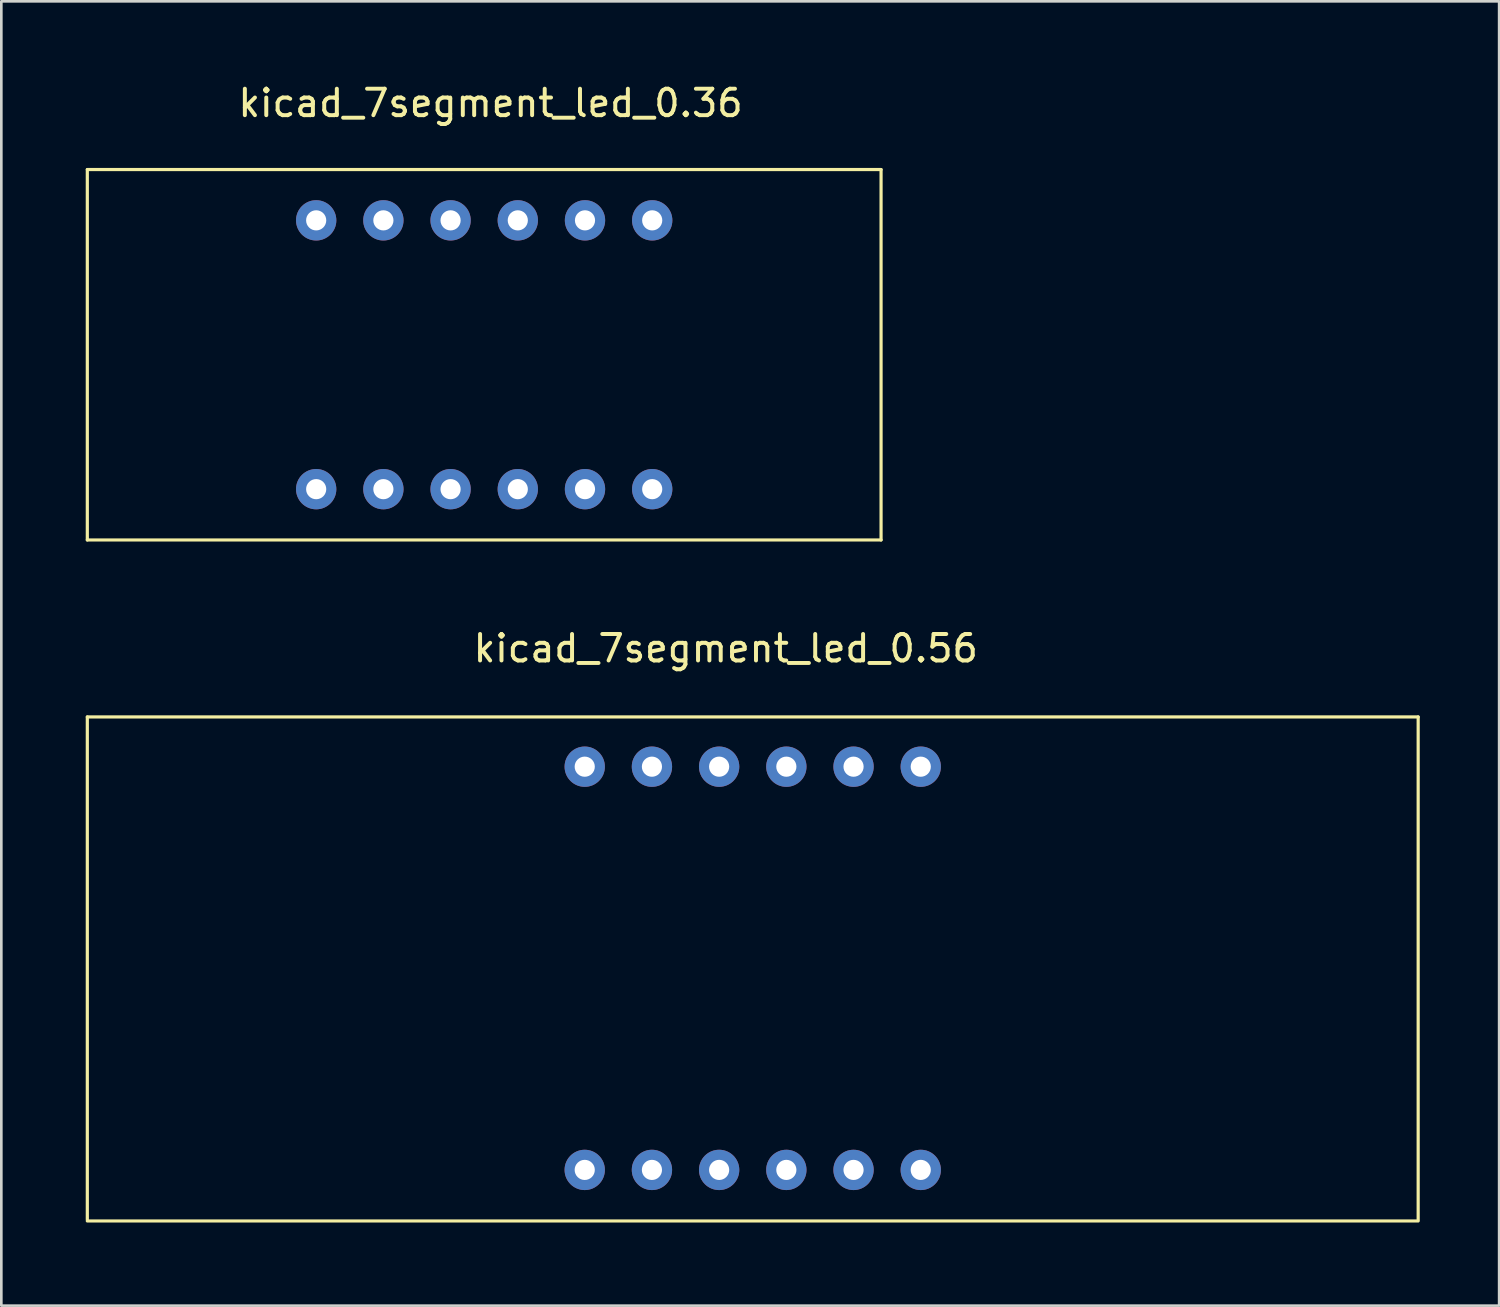
<source format=kicad_pcb>
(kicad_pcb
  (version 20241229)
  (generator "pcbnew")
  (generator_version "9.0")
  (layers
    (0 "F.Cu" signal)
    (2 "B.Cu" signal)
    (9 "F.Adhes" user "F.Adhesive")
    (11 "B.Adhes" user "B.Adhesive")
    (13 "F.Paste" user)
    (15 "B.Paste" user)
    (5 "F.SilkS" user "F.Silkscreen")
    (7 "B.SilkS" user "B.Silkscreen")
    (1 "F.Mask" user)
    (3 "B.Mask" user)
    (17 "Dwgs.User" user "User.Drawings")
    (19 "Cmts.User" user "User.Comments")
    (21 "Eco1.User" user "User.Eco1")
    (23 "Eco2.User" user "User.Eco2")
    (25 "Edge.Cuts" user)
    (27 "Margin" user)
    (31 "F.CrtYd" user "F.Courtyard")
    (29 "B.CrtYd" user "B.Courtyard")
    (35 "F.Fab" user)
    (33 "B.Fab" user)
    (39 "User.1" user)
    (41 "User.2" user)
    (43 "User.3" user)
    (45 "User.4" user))
  (footprint "kicad_7segment_led_0.36"
    (layer "F.Cu")
    (at 0.25 17.358)
    (property "Reference" "kicad_7segment_led_0.36" (at 15.24 -16.51 0) (layer "F.SilkS") (effects (font (size 1 1) (thickness 0.15))))
    (attr through_hole)
    (fp_line (start 0 -14) (end 30 -14) (stroke (width 0.12) (type solid)) (layer "F.SilkS"))
    (fp_line (start 0 0) (end 0 -14) (stroke (width 0.12) (type solid)) (layer "F.SilkS"))
    (fp_line (start 0 0) (end 30 0) (stroke (width 0.12) (type solid)) (layer "F.SilkS"))
    (fp_line (start 30 -14) (end 30 0) (stroke (width 0.12) (type solid)) (layer "F.SilkS"))
    (pad "1" thru_hole circle (at 8.65 -1.92) (size 1.524 1.524) (drill 0.762) (layers "*.Cu" "*.Mask"))
    (pad "2" thru_hole circle (at 11.19 -1.92) (size 1.524 1.524) (drill 0.762) (layers "*.Cu" "*.Mask"))
    (pad "3" thru_hole circle (at 13.73 -1.92) (size 1.524 1.524) (drill 0.762) (layers "*.Cu" "*.Mask"))
    (pad "4" thru_hole circle (at 16.27 -1.92) (size 1.524 1.524) (drill 0.762) (layers "*.Cu" "*.Mask"))
    (pad "5" thru_hole circle (at 18.81 -1.92) (size 1.524 1.524) (drill 0.762) (layers "*.Cu" "*.Mask"))
    (pad "6" thru_hole circle (at 21.35 -1.92) (size 1.524 1.524) (drill 0.762) (layers "*.Cu" "*.Mask"))
    (pad "7" thru_hole circle (at 21.35 -12.08) (size 1.524 1.524) (drill 0.762) (layers "*.Cu" "*.Mask"))
    (pad "8" thru_hole circle (at 18.81 -12.08) (size 1.524 1.524) (drill 0.762) (layers "*.Cu" "*.Mask"))
    (pad "9" thru_hole circle (at 16.27 -12.08) (size 1.524 1.524) (drill 0.762) (layers "*.Cu" "*.Mask"))
    (pad "10" thru_hole circle (at 13.73 -12.08) (size 1.524 1.524) (drill 0.762) (layers "*.Cu" "*.Mask"))
    (pad "11" thru_hole circle (at 11.19 -12.08) (size 1.524 1.524) (drill 0.762) (layers "*.Cu" "*.Mask"))
    (pad "12" thru_hole circle (at 8.65 -12.08) (size 1.524 1.524) (drill 0.762) (layers "*.Cu" "*.Mask")))
  (footprint "kicad_7segment_led_0.56"
    (layer "F.Cu")
    (at 0.25 43.047)
    (property "Reference" "kicad_7segment_led_0.56" (at 24.13 -21.59 0) (layer "F.SilkS") (effects (font (size 1 1) (thickness 0.15))))
    (attr through_hole)
    (fp_line (start 0 -19) (end 50.3 -19) (stroke (width 0.12) (type solid)) (layer "F.SilkS"))
    (fp_line (start 0 0) (end 0 -19) (stroke (width 0.12) (type solid)) (layer "F.SilkS"))
    (fp_line (start 0 0.05) (end 50.3 0.05) (stroke (width 0.12) (type solid)) (layer "F.SilkS"))
    (fp_line (start 50.3 0) (end 50.3 -19) (stroke (width 0.12) (type solid)) (layer "F.SilkS"))
    (pad "1" thru_hole circle (at 18.8 -1.88) (size 1.524 1.524) (drill 0.762) (layers "*.Cu" "*.Mask"))
    (pad "2" thru_hole circle (at 21.34 -1.88) (size 1.524 1.524) (drill 0.762) (layers "*.Cu" "*.Mask"))
    (pad "3" thru_hole circle (at 23.88 -1.88) (size 1.524 1.524) (drill 0.762) (layers "*.Cu" "*.Mask"))
    (pad "4" thru_hole circle (at 26.42 -1.88) (size 1.524 1.524) (drill 0.762) (layers "*.Cu" "*.Mask"))
    (pad "5" thru_hole circle (at 28.96 -1.88) (size 1.524 1.524) (drill 0.762) (layers "*.Cu" "*.Mask"))
    (pad "6" thru_hole circle (at 31.5 -1.88) (size 1.524 1.524) (drill 0.762) (layers "*.Cu" "*.Mask"))
    (pad "7" thru_hole circle (at 31.5 -17.12) (size 1.524 1.524) (drill 0.762) (layers "*.Cu" "*.Mask"))
    (pad "8" thru_hole circle (at 28.96 -17.12) (size 1.524 1.524) (drill 0.762) (layers "*.Cu" "*.Mask"))
    (pad "9" thru_hole circle (at 26.42 -17.12) (size 1.524 1.524) (drill 0.762) (layers "*.Cu" "*.Mask"))
    (pad "10" thru_hole circle (at 23.88 -17.12) (size 1.524 1.524) (drill 0.762) (layers "*.Cu" "*.Mask"))
    (pad "11" thru_hole circle (at 21.34 -17.12) (size 1.524 1.524) (drill 0.762) (layers "*.Cu" "*.Mask"))
    (pad "12" thru_hole circle (at 18.8 -17.12) (size 1.524 1.524) (drill 0.762) (layers "*.Cu" "*.Mask")))
  (gr_rect
    (start -3 -3)
    (end 53.61 46.297)
    (stroke (width 0.1) (type default))
    (fill no)
    (layer "Edge.Cuts")))
</source>
